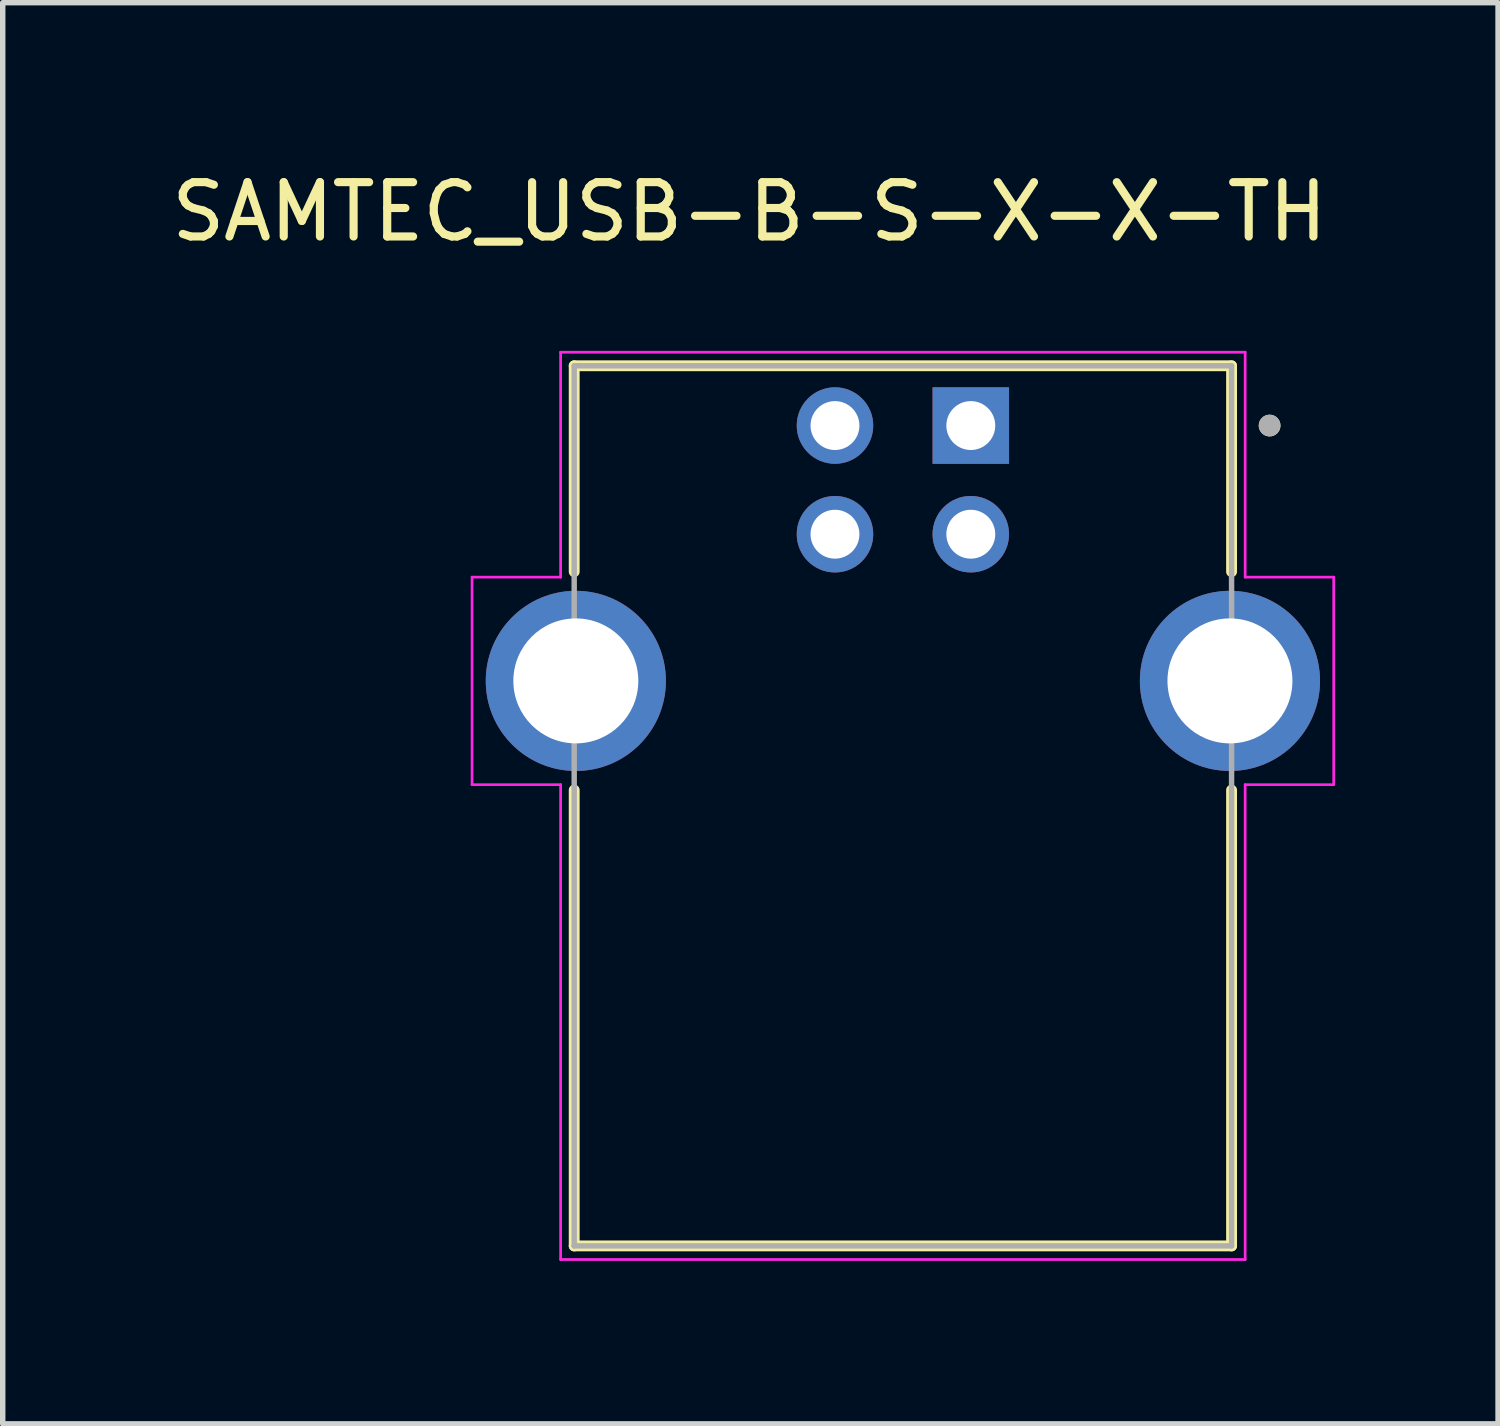
<source format=kicad_pcb>
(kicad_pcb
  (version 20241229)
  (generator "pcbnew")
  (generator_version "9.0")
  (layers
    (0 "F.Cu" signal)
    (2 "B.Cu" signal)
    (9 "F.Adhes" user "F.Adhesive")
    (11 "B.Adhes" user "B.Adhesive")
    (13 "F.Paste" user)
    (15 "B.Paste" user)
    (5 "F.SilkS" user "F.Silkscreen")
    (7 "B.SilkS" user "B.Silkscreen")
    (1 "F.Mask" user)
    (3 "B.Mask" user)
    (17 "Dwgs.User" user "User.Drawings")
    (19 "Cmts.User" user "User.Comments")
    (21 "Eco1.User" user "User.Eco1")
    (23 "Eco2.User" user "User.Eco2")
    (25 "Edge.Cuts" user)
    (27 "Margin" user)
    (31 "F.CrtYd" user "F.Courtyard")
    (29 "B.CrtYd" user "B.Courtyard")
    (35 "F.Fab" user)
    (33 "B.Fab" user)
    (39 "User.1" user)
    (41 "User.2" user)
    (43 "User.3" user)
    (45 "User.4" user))
  (footprint "SAMTEC_USB-B-S-X-X-TH"
    (layer "F.Cu")
    (at 13.569 9.483)
    (property "Reference" "SAMTEC_USB-B-S-X-X-TH" (at -2.825 -8.635 0) (layer "F.SilkS") (effects (font (size 1 1) (thickness 0.15))))
    (attr through_hole)
    (fp_line (start -6.05 -5.8) (end 6.05 -5.8) (stroke (width 0.2) (type solid)) (layer "F.SilkS"))
    (fp_line (start -6.05 -2.01) (end -6.05 -5.8) (stroke (width 0.2) (type solid)) (layer "F.SilkS"))
    (fp_line (start -6.05 10.4) (end -6.05 2.01) (stroke (width 0.2) (type solid)) (layer "F.SilkS"))
    (fp_line (start 6.05 -5.8) (end 6.05 -2.01) (stroke (width 0.2) (type solid)) (layer "F.SilkS"))
    (fp_line (start 6.05 2.01) (end 6.05 10.4) (stroke (width 0.2) (type solid)) (layer "F.SilkS"))
    (fp_line (start 6.05 10.4) (end -6.05 10.4) (stroke (width 0.2) (type solid)) (layer "F.SilkS"))
    (fp_circle (center 6.75 -4.7) (end 6.85 -4.7) (stroke (width 0.2) (type solid)) (fill no) (layer "F.SilkS"))
    (fp_line (start -7.93 -1.91) (end -6.3 -1.91) (stroke (width 0.05) (type solid)) (layer "F.CrtYd"))
    (fp_line (start -7.93 1.91) (end -7.93 -1.91) (stroke (width 0.05) (type solid)) (layer "F.CrtYd"))
    (fp_line (start -6.3 -6.05) (end 6.3 -6.05) (stroke (width 0.05) (type solid)) (layer "F.CrtYd"))
    (fp_line (start -6.3 -1.91) (end -6.3 -6.05) (stroke (width 0.05) (type solid)) (layer "F.CrtYd"))
    (fp_line (start -6.3 1.91) (end -7.93 1.91) (stroke (width 0.05) (type solid)) (layer "F.CrtYd"))
    (fp_line (start -6.3 10.65) (end -6.3 1.91) (stroke (width 0.05) (type solid)) (layer "F.CrtYd"))
    (fp_line (start 6.3 -6.05) (end 6.3 -1.91) (stroke (width 0.05) (type solid)) (layer "F.CrtYd"))
    (fp_line (start 6.3 -1.91) (end 7.93 -1.91) (stroke (width 0.05) (type solid)) (layer "F.CrtYd"))
    (fp_line (start 6.3 1.91) (end 6.3 10.65) (stroke (width 0.05) (type solid)) (layer "F.CrtYd"))
    (fp_line (start 6.3 10.65) (end -6.3 10.65) (stroke (width 0.05) (type solid)) (layer "F.CrtYd"))
    (fp_line (start 7.93 -1.91) (end 7.93 1.91) (stroke (width 0.05) (type solid)) (layer "F.CrtYd"))
    (fp_line (start 7.93 1.91) (end 6.3 1.91) (stroke (width 0.05) (type solid)) (layer "F.CrtYd"))
    (fp_line (start -6.05 -5.8) (end 6.05 -5.8) (stroke (width 0.1) (type solid)) (layer "F.Fab"))
    (fp_line (start -6.05 10.4) (end -6.05 -5.8) (stroke (width 0.1) (type solid)) (layer "F.Fab"))
    (fp_line (start 6.05 -5.8) (end 6.05 10.4) (stroke (width 0.1) (type solid)) (layer "F.Fab"))
    (fp_line (start 6.05 10.4) (end -6.05 10.4) (stroke (width 0.1) (type solid)) (layer "F.Fab"))
    (fp_circle (center 6.75 -4.7) (end 6.85 -4.7) (stroke (width 0.2) (type solid)) (fill no) (layer "F.Fab"))
    (pad "1" thru_hole rect (at 1.25 -4.7) (size 1.408 1.408) (drill 0.9) (layers "*.Cu" "*.Mask"))
    (pad "2" thru_hole circle (at -1.25 -4.7) (size 1.408 1.408) (drill 0.9) (layers "*.Cu" "*.Mask"))
    (pad "3" thru_hole circle (at -1.25 -2.7) (size 1.408 1.408) (drill 0.9) (layers "*.Cu" "*.Mask"))
    (pad "4" thru_hole circle (at 1.25 -2.7) (size 1.408 1.408) (drill 0.9) (layers "*.Cu" "*.Mask"))
    (pad "S1" thru_hole circle (at -6.02 0) (size 3.316 3.316) (drill 2.3) (layers "*.Cu" "*.Mask"))
    (pad "S2" thru_hole circle (at 6.02 0) (size 3.316 3.316) (drill 2.3) (layers "*.Cu" "*.Mask")))
  (gr_rect
    (start -3 -3)
    (end 24.524 23.158)
    (stroke (width 0.1) (type default))
    (fill no)
    (layer "Edge.Cuts")))
</source>
